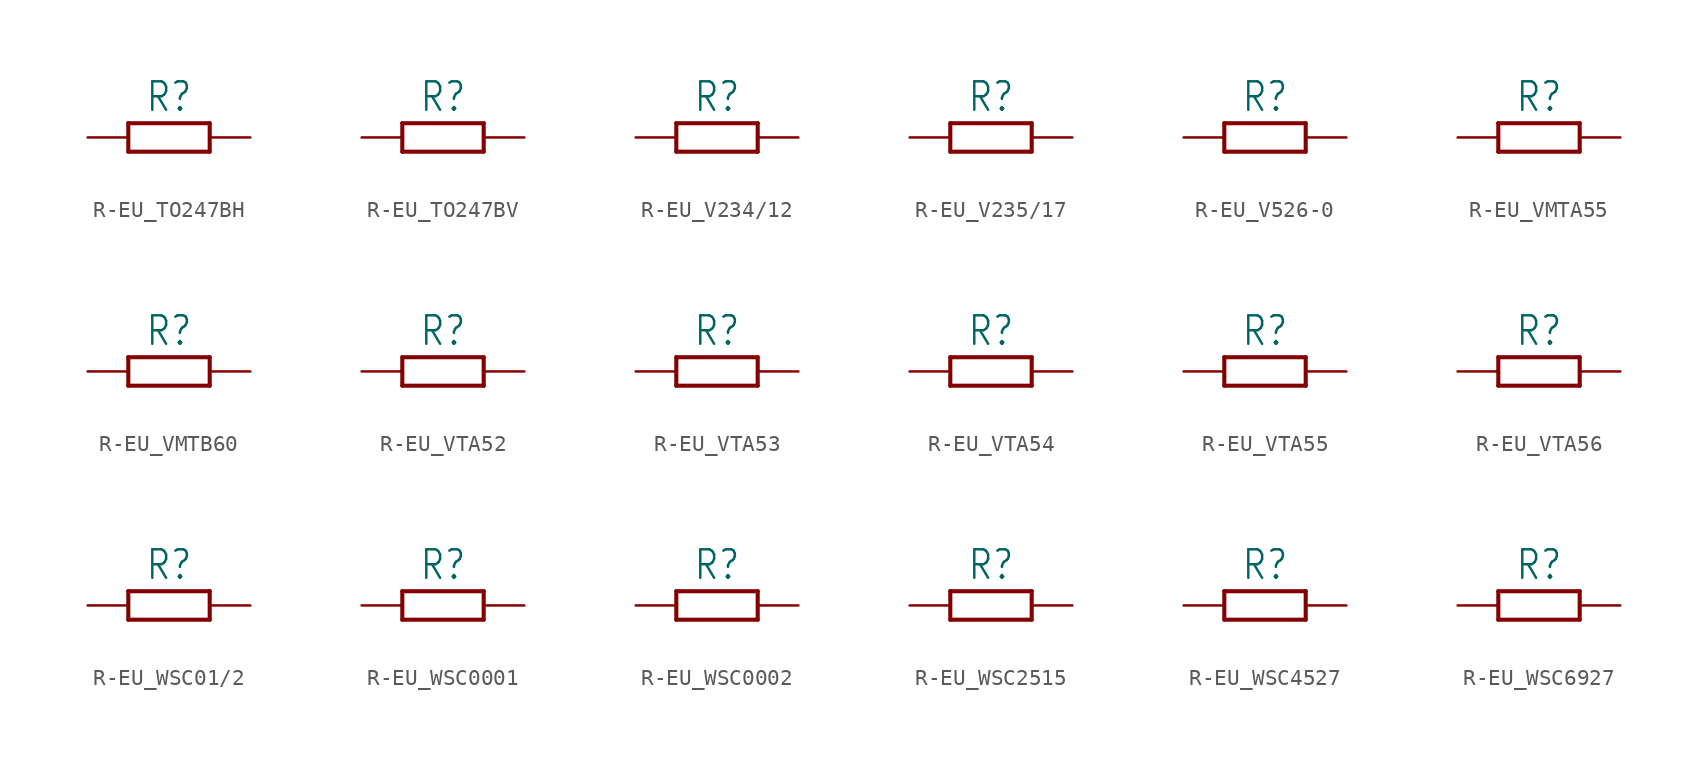
<source format=kicad_sym>
(kicad_symbol_lib
  (version 20231120)
  (generator "kicad_symbol_editor")
  (generator_version "8.0")
  (symbol "R-EU_TO247BH"
    (property "Reference" "R"
      (at 0 2.54 0)
      (effects (font (size 1.778 1.511))))
    (property "Value" ""
      (at 0 -2.54 0)
      (effects (font (size 1.778 1.511))))
    (property "ki_locked" ""
      (at 0 0 0)
      (effects (font (size 1.27 1.27))))
    (symbol "R-EU_TO247BH_1_0"
      (polyline (pts (xy -2.54 -0.889) (xy -2.54 0.889)) (stroke (width 0.254) (type solid)) (fill (type none)))
      (polyline (pts (xy -2.54 -0.889) (xy 2.54 -0.889)) (stroke (width 0.254) (type solid)) (fill (type none)))
      (polyline (pts (xy 2.54 -0.889) (xy 2.54 0.889)) (stroke (width 0.254) (type solid)) (fill (type none)))
      (polyline (pts (xy 2.54 0.889) (xy -2.54 0.889)) (stroke (width 0.254) (type solid)) (fill (type none)))
      (pin passive line (at -5.08 0 0) (length 2.54) (name "1" (effects (font (size 0 0)))) (number "1" (effects (font (size 0 0)))))
      (pin passive line (at 5.08 0 180) (length 2.54) (name "2" (effects (font (size 0 0)))) (number "2" (effects (font (size 0 0)))))))
  (symbol "R-EU_TO247BV"
    (property "Reference" "R"
      (at 0 2.54 0)
      (effects (font (size 1.778 1.511))))
    (property "Value" ""
      (at 0 -2.54 0)
      (effects (font (size 1.778 1.511))))
    (property "ki_locked" ""
      (at 0 0 0)
      (effects (font (size 1.27 1.27))))
    (symbol "R-EU_TO247BV_1_0"
      (polyline (pts (xy -2.54 -0.889) (xy -2.54 0.889)) (stroke (width 0.254) (type solid)) (fill (type none)))
      (polyline (pts (xy -2.54 -0.889) (xy 2.54 -0.889)) (stroke (width 0.254) (type solid)) (fill (type none)))
      (polyline (pts (xy 2.54 -0.889) (xy 2.54 0.889)) (stroke (width 0.254) (type solid)) (fill (type none)))
      (polyline (pts (xy 2.54 0.889) (xy -2.54 0.889)) (stroke (width 0.254) (type solid)) (fill (type none)))
      (pin passive line (at -5.08 0 0) (length 2.54) (name "1" (effects (font (size 0 0)))) (number "1" (effects (font (size 0 0)))))
      (pin passive line (at 5.08 0 180) (length 2.54) (name "2" (effects (font (size 0 0)))) (number "2" (effects (font (size 0 0)))))))
  (symbol "R-EU_V234/12"
    (property "Reference" "R"
      (at 0 2.54 0)
      (effects (font (size 1.778 1.511))))
    (property "Value" ""
      (at 0 -2.54 0)
      (effects (font (size 1.778 1.511))))
    (property "ki_locked" ""
      (at 0 0 0)
      (effects (font (size 1.27 1.27))))
    (symbol "R-EU_V234/12_1_0"
      (polyline (pts (xy -2.54 -0.889) (xy -2.54 0.889)) (stroke (width 0.254) (type solid)) (fill (type none)))
      (polyline (pts (xy -2.54 -0.889) (xy 2.54 -0.889)) (stroke (width 0.254) (type solid)) (fill (type none)))
      (polyline (pts (xy 2.54 -0.889) (xy 2.54 0.889)) (stroke (width 0.254) (type solid)) (fill (type none)))
      (polyline (pts (xy 2.54 0.889) (xy -2.54 0.889)) (stroke (width 0.254) (type solid)) (fill (type none)))
      (pin passive line (at -5.08 0 0) (length 2.54) (name "1" (effects (font (size 0 0)))) (number "1" (effects (font (size 0 0)))))
      (pin passive line (at 5.08 0 180) (length 2.54) (name "2" (effects (font (size 0 0)))) (number "2" (effects (font (size 0 0)))))))
  (symbol "R-EU_V235/17"
    (property "Reference" "R"
      (at 0 2.54 0)
      (effects (font (size 1.778 1.511))))
    (property "Value" ""
      (at 0 -2.54 0)
      (effects (font (size 1.778 1.511))))
    (property "ki_locked" ""
      (at 0 0 0)
      (effects (font (size 1.27 1.27))))
    (symbol "R-EU_V235/17_1_0"
      (polyline (pts (xy -2.54 -0.889) (xy -2.54 0.889)) (stroke (width 0.254) (type solid)) (fill (type none)))
      (polyline (pts (xy -2.54 -0.889) (xy 2.54 -0.889)) (stroke (width 0.254) (type solid)) (fill (type none)))
      (polyline (pts (xy 2.54 -0.889) (xy 2.54 0.889)) (stroke (width 0.254) (type solid)) (fill (type none)))
      (polyline (pts (xy 2.54 0.889) (xy -2.54 0.889)) (stroke (width 0.254) (type solid)) (fill (type none)))
      (pin passive line (at -5.08 0 0) (length 2.54) (name "1" (effects (font (size 0 0)))) (number "1" (effects (font (size 0 0)))))
      (pin passive line (at 5.08 0 180) (length 2.54) (name "2" (effects (font (size 0 0)))) (number "2" (effects (font (size 0 0)))))))
  (symbol "R-EU_V526-0"
    (property "Reference" "R"
      (at 0 2.54 0)
      (effects (font (size 1.778 1.511))))
    (property "Value" ""
      (at 0 -2.54 0)
      (effects (font (size 1.778 1.511))))
    (property "ki_locked" ""
      (at 0 0 0)
      (effects (font (size 1.27 1.27))))
    (symbol "R-EU_V526-0_1_0"
      (polyline (pts (xy -2.54 -0.889) (xy -2.54 0.889)) (stroke (width 0.254) (type solid)) (fill (type none)))
      (polyline (pts (xy -2.54 -0.889) (xy 2.54 -0.889)) (stroke (width 0.254) (type solid)) (fill (type none)))
      (polyline (pts (xy 2.54 -0.889) (xy 2.54 0.889)) (stroke (width 0.254) (type solid)) (fill (type none)))
      (polyline (pts (xy 2.54 0.889) (xy -2.54 0.889)) (stroke (width 0.254) (type solid)) (fill (type none)))
      (pin passive line (at -5.08 0 0) (length 2.54) (name "1" (effects (font (size 0 0)))) (number "1" (effects (font (size 0 0)))))
      (pin passive line (at 5.08 0 180) (length 2.54) (name "2" (effects (font (size 0 0)))) (number "2" (effects (font (size 0 0)))))))
  (symbol "R-EU_VMTA55"
    (property "Reference" "R"
      (at 0 2.54 0)
      (effects (font (size 1.778 1.511))))
    (property "Value" ""
      (at 0 -2.54 0)
      (effects (font (size 1.778 1.511))))
    (property "ki_locked" ""
      (at 0 0 0)
      (effects (font (size 1.27 1.27))))
    (symbol "R-EU_VMTA55_1_0"
      (polyline (pts (xy -2.54 -0.889) (xy -2.54 0.889)) (stroke (width 0.254) (type solid)) (fill (type none)))
      (polyline (pts (xy -2.54 -0.889) (xy 2.54 -0.889)) (stroke (width 0.254) (type solid)) (fill (type none)))
      (polyline (pts (xy 2.54 -0.889) (xy 2.54 0.889)) (stroke (width 0.254) (type solid)) (fill (type none)))
      (polyline (pts (xy 2.54 0.889) (xy -2.54 0.889)) (stroke (width 0.254) (type solid)) (fill (type none)))
      (pin passive line (at -5.08 0 0) (length 2.54) (name "1" (effects (font (size 0 0)))) (number "1" (effects (font (size 0 0)))))
      (pin passive line (at 5.08 0 180) (length 2.54) (name "2" (effects (font (size 0 0)))) (number "2" (effects (font (size 0 0)))))))
  (symbol "R-EU_VMTB60"
    (property "Reference" "R"
      (at 0 2.54 0)
      (effects (font (size 1.778 1.511))))
    (property "Value" ""
      (at 0 -2.54 0)
      (effects (font (size 1.778 1.511))))
    (property "ki_locked" ""
      (at 0 0 0)
      (effects (font (size 1.27 1.27))))
    (symbol "R-EU_VMTB60_1_0"
      (polyline (pts (xy -2.54 -0.889) (xy -2.54 0.889)) (stroke (width 0.254) (type solid)) (fill (type none)))
      (polyline (pts (xy -2.54 -0.889) (xy 2.54 -0.889)) (stroke (width 0.254) (type solid)) (fill (type none)))
      (polyline (pts (xy 2.54 -0.889) (xy 2.54 0.889)) (stroke (width 0.254) (type solid)) (fill (type none)))
      (polyline (pts (xy 2.54 0.889) (xy -2.54 0.889)) (stroke (width 0.254) (type solid)) (fill (type none)))
      (pin passive line (at -5.08 0 0) (length 2.54) (name "1" (effects (font (size 0 0)))) (number "1" (effects (font (size 0 0)))))
      (pin passive line (at 5.08 0 180) (length 2.54) (name "2" (effects (font (size 0 0)))) (number "2" (effects (font (size 0 0)))))))
  (symbol "R-EU_VTA52"
    (property "Reference" "R"
      (at 0 2.54 0)
      (effects (font (size 1.778 1.511))))
    (property "Value" ""
      (at 0 -2.54 0)
      (effects (font (size 1.778 1.511))))
    (property "ki_locked" ""
      (at 0 0 0)
      (effects (font (size 1.27 1.27))))
    (symbol "R-EU_VTA52_1_0"
      (polyline (pts (xy -2.54 -0.889) (xy -2.54 0.889)) (stroke (width 0.254) (type solid)) (fill (type none)))
      (polyline (pts (xy -2.54 -0.889) (xy 2.54 -0.889)) (stroke (width 0.254) (type solid)) (fill (type none)))
      (polyline (pts (xy 2.54 -0.889) (xy 2.54 0.889)) (stroke (width 0.254) (type solid)) (fill (type none)))
      (polyline (pts (xy 2.54 0.889) (xy -2.54 0.889)) (stroke (width 0.254) (type solid)) (fill (type none)))
      (pin passive line (at -5.08 0 0) (length 2.54) (name "1" (effects (font (size 0 0)))) (number "1" (effects (font (size 0 0)))))
      (pin passive line (at 5.08 0 180) (length 2.54) (name "2" (effects (font (size 0 0)))) (number "2" (effects (font (size 0 0)))))))
  (symbol "R-EU_VTA53"
    (property "Reference" "R"
      (at 0 2.54 0)
      (effects (font (size 1.778 1.511))))
    (property "Value" ""
      (at 0 -2.54 0)
      (effects (font (size 1.778 1.511))))
    (property "ki_locked" ""
      (at 0 0 0)
      (effects (font (size 1.27 1.27))))
    (symbol "R-EU_VTA53_1_0"
      (polyline (pts (xy -2.54 -0.889) (xy -2.54 0.889)) (stroke (width 0.254) (type solid)) (fill (type none)))
      (polyline (pts (xy -2.54 -0.889) (xy 2.54 -0.889)) (stroke (width 0.254) (type solid)) (fill (type none)))
      (polyline (pts (xy 2.54 -0.889) (xy 2.54 0.889)) (stroke (width 0.254) (type solid)) (fill (type none)))
      (polyline (pts (xy 2.54 0.889) (xy -2.54 0.889)) (stroke (width 0.254) (type solid)) (fill (type none)))
      (pin passive line (at -5.08 0 0) (length 2.54) (name "1" (effects (font (size 0 0)))) (number "1" (effects (font (size 0 0)))))
      (pin passive line (at 5.08 0 180) (length 2.54) (name "2" (effects (font (size 0 0)))) (number "2" (effects (font (size 0 0)))))))
  (symbol "R-EU_VTA54"
    (property "Reference" "R"
      (at 0 2.54 0)
      (effects (font (size 1.778 1.511))))
    (property "Value" ""
      (at 0 -2.54 0)
      (effects (font (size 1.778 1.511))))
    (property "ki_locked" ""
      (at 0 0 0)
      (effects (font (size 1.27 1.27))))
    (symbol "R-EU_VTA54_1_0"
      (polyline (pts (xy -2.54 -0.889) (xy -2.54 0.889)) (stroke (width 0.254) (type solid)) (fill (type none)))
      (polyline (pts (xy -2.54 -0.889) (xy 2.54 -0.889)) (stroke (width 0.254) (type solid)) (fill (type none)))
      (polyline (pts (xy 2.54 -0.889) (xy 2.54 0.889)) (stroke (width 0.254) (type solid)) (fill (type none)))
      (polyline (pts (xy 2.54 0.889) (xy -2.54 0.889)) (stroke (width 0.254) (type solid)) (fill (type none)))
      (pin passive line (at -5.08 0 0) (length 2.54) (name "1" (effects (font (size 0 0)))) (number "1" (effects (font (size 0 0)))))
      (pin passive line (at 5.08 0 180) (length 2.54) (name "2" (effects (font (size 0 0)))) (number "2" (effects (font (size 0 0)))))))
  (symbol "R-EU_VTA55"
    (property "Reference" "R"
      (at 0 2.54 0)
      (effects (font (size 1.778 1.511))))
    (property "Value" ""
      (at 0 -2.54 0)
      (effects (font (size 1.778 1.511))))
    (property "ki_locked" ""
      (at 0 0 0)
      (effects (font (size 1.27 1.27))))
    (symbol "R-EU_VTA55_1_0"
      (polyline (pts (xy -2.54 -0.889) (xy -2.54 0.889)) (stroke (width 0.254) (type solid)) (fill (type none)))
      (polyline (pts (xy -2.54 -0.889) (xy 2.54 -0.889)) (stroke (width 0.254) (type solid)) (fill (type none)))
      (polyline (pts (xy 2.54 -0.889) (xy 2.54 0.889)) (stroke (width 0.254) (type solid)) (fill (type none)))
      (polyline (pts (xy 2.54 0.889) (xy -2.54 0.889)) (stroke (width 0.254) (type solid)) (fill (type none)))
      (pin passive line (at -5.08 0 0) (length 2.54) (name "1" (effects (font (size 0 0)))) (number "1" (effects (font (size 0 0)))))
      (pin passive line (at 5.08 0 180) (length 2.54) (name "2" (effects (font (size 0 0)))) (number "2" (effects (font (size 0 0)))))))
  (symbol "R-EU_VTA56"
    (property "Reference" "R"
      (at 0 2.54 0)
      (effects (font (size 1.778 1.511))))
    (property "Value" ""
      (at 0 -2.54 0)
      (effects (font (size 1.778 1.511))))
    (property "ki_locked" ""
      (at 0 0 0)
      (effects (font (size 1.27 1.27))))
    (symbol "R-EU_VTA56_1_0"
      (polyline (pts (xy -2.54 -0.889) (xy -2.54 0.889)) (stroke (width 0.254) (type solid)) (fill (type none)))
      (polyline (pts (xy -2.54 -0.889) (xy 2.54 -0.889)) (stroke (width 0.254) (type solid)) (fill (type none)))
      (polyline (pts (xy 2.54 -0.889) (xy 2.54 0.889)) (stroke (width 0.254) (type solid)) (fill (type none)))
      (polyline (pts (xy 2.54 0.889) (xy -2.54 0.889)) (stroke (width 0.254) (type solid)) (fill (type none)))
      (pin passive line (at -5.08 0 0) (length 2.54) (name "1" (effects (font (size 0 0)))) (number "1" (effects (font (size 0 0)))))
      (pin passive line (at 5.08 0 180) (length 2.54) (name "2" (effects (font (size 0 0)))) (number "2" (effects (font (size 0 0)))))))
  (symbol "R-EU_WSC01/2"
    (property "Reference" "R"
      (at 0 2.54 0)
      (effects (font (size 1.778 1.511))))
    (property "Value" ""
      (at 0 -2.54 0)
      (effects (font (size 1.778 1.511))))
    (property "ki_locked" ""
      (at 0 0 0)
      (effects (font (size 1.27 1.27))))
    (symbol "R-EU_WSC01/2_1_0"
      (polyline (pts (xy -2.54 -0.889) (xy -2.54 0.889)) (stroke (width 0.254) (type solid)) (fill (type none)))
      (polyline (pts (xy -2.54 -0.889) (xy 2.54 -0.889)) (stroke (width 0.254) (type solid)) (fill (type none)))
      (polyline (pts (xy 2.54 -0.889) (xy 2.54 0.889)) (stroke (width 0.254) (type solid)) (fill (type none)))
      (polyline (pts (xy 2.54 0.889) (xy -2.54 0.889)) (stroke (width 0.254) (type solid)) (fill (type none)))
      (pin passive line (at -5.08 0 0) (length 2.54) (name "1" (effects (font (size 0 0)))) (number "1" (effects (font (size 0 0)))))
      (pin passive line (at 5.08 0 180) (length 2.54) (name "2" (effects (font (size 0 0)))) (number "2" (effects (font (size 0 0)))))))
  (symbol "R-EU_WSC0001"
    (property "Reference" "R"
      (at 0 2.54 0)
      (effects (font (size 1.778 1.511))))
    (property "Value" ""
      (at 0 -2.54 0)
      (effects (font (size 1.778 1.511))))
    (property "ki_locked" ""
      (at 0 0 0)
      (effects (font (size 1.27 1.27))))
    (symbol "R-EU_WSC0001_1_0"
      (polyline (pts (xy -2.54 -0.889) (xy -2.54 0.889)) (stroke (width 0.254) (type solid)) (fill (type none)))
      (polyline (pts (xy -2.54 -0.889) (xy 2.54 -0.889)) (stroke (width 0.254) (type solid)) (fill (type none)))
      (polyline (pts (xy 2.54 -0.889) (xy 2.54 0.889)) (stroke (width 0.254) (type solid)) (fill (type none)))
      (polyline (pts (xy 2.54 0.889) (xy -2.54 0.889)) (stroke (width 0.254) (type solid)) (fill (type none)))
      (pin passive line (at -5.08 0 0) (length 2.54) (name "1" (effects (font (size 0 0)))) (number "1" (effects (font (size 0 0)))))
      (pin passive line (at 5.08 0 180) (length 2.54) (name "2" (effects (font (size 0 0)))) (number "2" (effects (font (size 0 0)))))))
  (symbol "R-EU_WSC0002"
    (property "Reference" "R"
      (at 0 2.54 0)
      (effects (font (size 1.778 1.511))))
    (property "Value" ""
      (at 0 -2.54 0)
      (effects (font (size 1.778 1.511))))
    (property "ki_locked" ""
      (at 0 0 0)
      (effects (font (size 1.27 1.27))))
    (symbol "R-EU_WSC0002_1_0"
      (polyline (pts (xy -2.54 -0.889) (xy -2.54 0.889)) (stroke (width 0.254) (type solid)) (fill (type none)))
      (polyline (pts (xy -2.54 -0.889) (xy 2.54 -0.889)) (stroke (width 0.254) (type solid)) (fill (type none)))
      (polyline (pts (xy 2.54 -0.889) (xy 2.54 0.889)) (stroke (width 0.254) (type solid)) (fill (type none)))
      (polyline (pts (xy 2.54 0.889) (xy -2.54 0.889)) (stroke (width 0.254) (type solid)) (fill (type none)))
      (pin passive line (at -5.08 0 0) (length 2.54) (name "1" (effects (font (size 0 0)))) (number "1" (effects (font (size 0 0)))))
      (pin passive line (at 5.08 0 180) (length 2.54) (name "2" (effects (font (size 0 0)))) (number "2" (effects (font (size 0 0)))))))
  (symbol "R-EU_WSC2515"
    (property "Reference" "R"
      (at 0 2.54 0)
      (effects (font (size 1.778 1.511))))
    (property "Value" ""
      (at 0 -2.54 0)
      (effects (font (size 1.778 1.511))))
    (property "ki_locked" ""
      (at 0 0 0)
      (effects (font (size 1.27 1.27))))
    (symbol "R-EU_WSC2515_1_0"
      (polyline (pts (xy -2.54 -0.889) (xy -2.54 0.889)) (stroke (width 0.254) (type solid)) (fill (type none)))
      (polyline (pts (xy -2.54 -0.889) (xy 2.54 -0.889)) (stroke (width 0.254) (type solid)) (fill (type none)))
      (polyline (pts (xy 2.54 -0.889) (xy 2.54 0.889)) (stroke (width 0.254) (type solid)) (fill (type none)))
      (polyline (pts (xy 2.54 0.889) (xy -2.54 0.889)) (stroke (width 0.254) (type solid)) (fill (type none)))
      (pin passive line (at -5.08 0 0) (length 2.54) (name "1" (effects (font (size 0 0)))) (number "1" (effects (font (size 0 0)))))
      (pin passive line (at 5.08 0 180) (length 2.54) (name "2" (effects (font (size 0 0)))) (number "2" (effects (font (size 0 0)))))))
  (symbol "R-EU_WSC4527"
    (property "Reference" "R"
      (at 0 2.54 0)
      (effects (font (size 1.778 1.511))))
    (property "Value" ""
      (at 0 -2.54 0)
      (effects (font (size 1.778 1.511))))
    (property "ki_locked" ""
      (at 0 0 0)
      (effects (font (size 1.27 1.27))))
    (symbol "R-EU_WSC4527_1_0"
      (polyline (pts (xy -2.54 -0.889) (xy -2.54 0.889)) (stroke (width 0.254) (type solid)) (fill (type none)))
      (polyline (pts (xy -2.54 -0.889) (xy 2.54 -0.889)) (stroke (width 0.254) (type solid)) (fill (type none)))
      (polyline (pts (xy 2.54 -0.889) (xy 2.54 0.889)) (stroke (width 0.254) (type solid)) (fill (type none)))
      (polyline (pts (xy 2.54 0.889) (xy -2.54 0.889)) (stroke (width 0.254) (type solid)) (fill (type none)))
      (pin passive line (at -5.08 0 0) (length 2.54) (name "1" (effects (font (size 0 0)))) (number "1" (effects (font (size 0 0)))))
      (pin passive line (at 5.08 0 180) (length 2.54) (name "2" (effects (font (size 0 0)))) (number "2" (effects (font (size 0 0)))))))
  (symbol "R-EU_WSC6927"
    (property "Reference" "R"
      (at 0 2.54 0)
      (effects (font (size 1.778 1.511))))
    (property "Value" ""
      (at 0 -2.54 0)
      (effects (font (size 1.778 1.511))))
    (property "ki_locked" ""
      (at 0 0 0)
      (effects (font (size 1.27 1.27))))
    (symbol "R-EU_WSC6927_1_0"
      (polyline (pts (xy -2.54 -0.889) (xy -2.54 0.889)) (stroke (width 0.254) (type solid)) (fill (type none)))
      (polyline (pts (xy -2.54 -0.889) (xy 2.54 -0.889)) (stroke (width 0.254) (type solid)) (fill (type none)))
      (polyline (pts (xy 2.54 -0.889) (xy 2.54 0.889)) (stroke (width 0.254) (type solid)) (fill (type none)))
      (polyline (pts (xy 2.54 0.889) (xy -2.54 0.889)) (stroke (width 0.254) (type solid)) (fill (type none)))
      (pin passive line (at -5.08 0 0) (length 2.54) (name "1" (effects (font (size 0 0)))) (number "1" (effects (font (size 0 0)))))
      (pin passive line (at 5.08 0 180) (length 2.54) (name "2" (effects (font (size 0 0)))) (number "2" (effects (font (size 0 0))))))))
</source>
